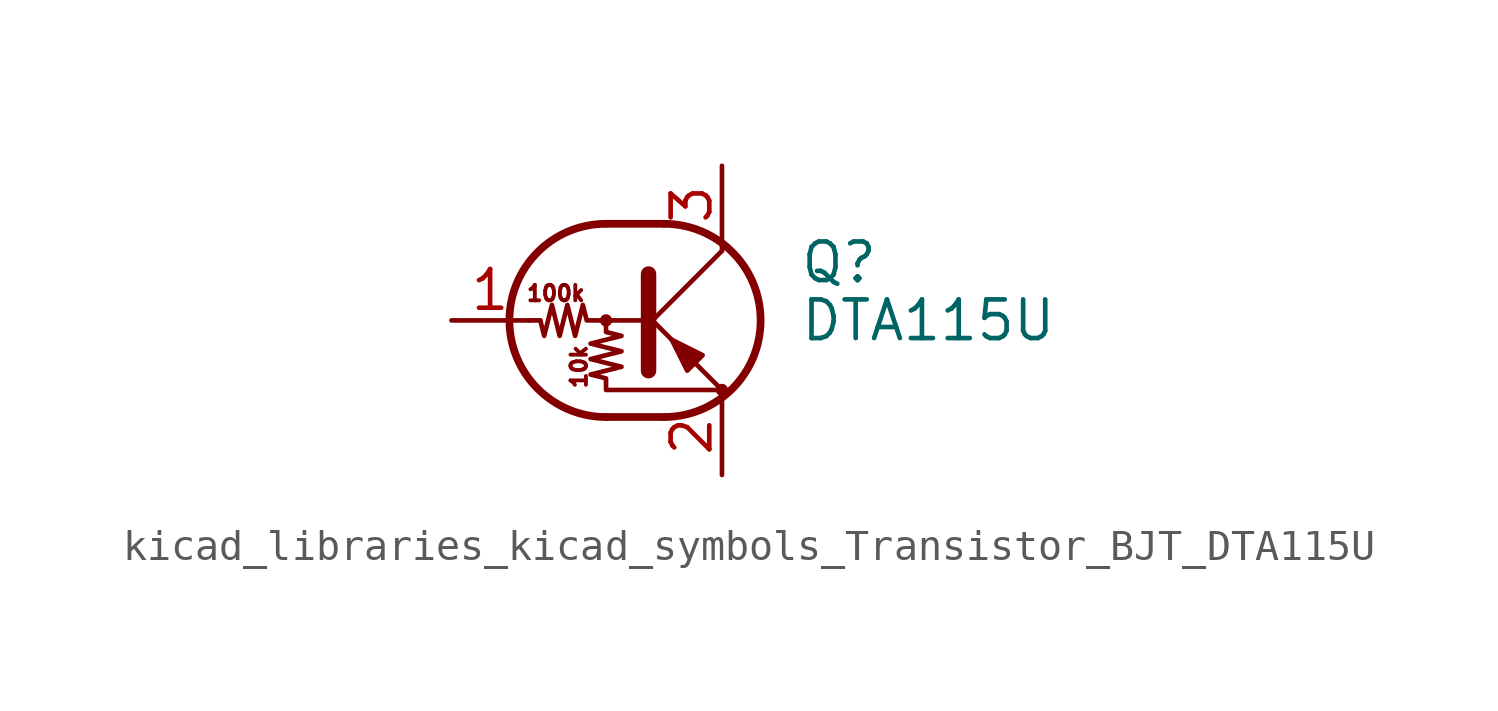
<source format=kicad_sym>
(kicad_symbol_lib
  (version 20220914)
  (generator kicad_symbol_editor)
  (symbol "kicad_libraries_kicad_symbols_Transistor_BJT_DTA115U"
    (pin_names
      (offset 0) hide)
    (property "Reference" "Q"
      (at 5.08 1.905 0)
      (effects (font (size 1.27 1.27)) (justify left)))
    (property "Value" "DTA115U"
      (at 5.08 0 0)
      (effects (font (size 1.27 1.27)) (justify left)))
    (symbol "kicad_libraries_kicad_symbols_Transistor_BJT_DTA115U_0_0"
      (text "100k" (at -2.921 0.889 0) (effects (font (size 0.508 0.508))))
      (text "10k" (at -2.159 -1.524 900) (effects (font (size 0.508 0.508)))))
    (symbol "kicad_libraries_kicad_symbols_Transistor_BJT_DTA115U_0_1"
      (circle (center -1.27 0) (radius 0.127) (stroke (width 0) (type default)) (fill (type none)))
      (arc (start -1.27 3.175) (mid -4.4312 0) (end -1.27 -3.175) (stroke (width 0.254) (type default)) (fill (type none)))
      (polyline (pts (xy -3.429 0) (xy -3.81 0)) (stroke (width 0) (type default)) (fill (type none)))
      (polyline (pts (xy -1.27 -3.175) (xy 0.635 -3.175)) (stroke (width 0.254) (type default)) (fill (type none)))
      (polyline (pts (xy -1.27 3.175) (xy 0.635 3.175)) (stroke (width 0.254) (type default)) (fill (type none)))
      (polyline (pts (xy 0 -0.254) (xy 2.54 2.286)) (stroke (width 0) (type default)) (fill (type none)))
      (polyline (pts (xy 0.127 1.524) (xy 0.127 -1.651)) (stroke (width 0.508) (type default)) (fill (type outline)))
      (polyline (pts (xy 2.54 2.286) (xy 2.54 2.54)) (stroke (width 0) (type default)) (fill (type none)))
      (polyline (pts (xy 2.54 -2.286) (xy 0 0.254) (xy 0 0.254)) (stroke (width 0) (type default)) (fill (type none)))
      (polyline (pts (xy 1.397 -1.651) (xy 1.905 -1.143) (xy 0.889 -0.635) (xy 1.397 -1.651)) (stroke (width 0) (type default)) (fill (type outline)))
      (polyline (pts (xy 0 0) (xy -1.905 0) (xy -2.032 0.508) (xy -2.286 -0.508) (xy -2.54 0.508) (xy -2.794 -0.508) (xy -3.048 0.508) (xy -3.302 -0.508) (xy -3.429 0)) (stroke (width 0) (type default)) (fill (type none)))
      (polyline (pts (xy -1.27 0) (xy -1.27 -0.381) (xy -0.762 -0.508) (xy -1.778 -0.762) (xy -0.762 -1.016) (xy -1.778 -1.27) (xy -0.762 -1.524) (xy -1.778 -1.778) (xy -1.27 -1.905) (xy -1.27 -2.286) (xy 2.54 -2.286)) (stroke (width 0) (type default)) (fill (type none)))
      (arc (start 0.635 -3.175) (mid 3.7962 0) (end 0.635 3.175) (stroke (width 0.254) (type default)) (fill (type none)))
      (circle (center 2.54 -2.286) (radius 0.127) (stroke (width 0) (type default)) (fill (type none))))
    (symbol "kicad_libraries_kicad_symbols_Transistor_BJT_DTA115U_1_1"
      (pin input line (at -6.35 0 0) (length 2.54) (name "B" (effects (font (size 1.27 1.27)))) (number "1" (effects (font (size 1.27 1.27)))))
      (pin passive line (at 2.54 -5.08 90) (length 2.54) (name "E" (effects (font (size 1.27 1.27)))) (number "2" (effects (font (size 1.27 1.27)))))
      (pin passive line (at 2.54 5.08 270) (length 2.54) (name "C" (effects (font (size 1.27 1.27)))) (number "3" (effects (font (size 1.27 1.27))))))))
</source>
